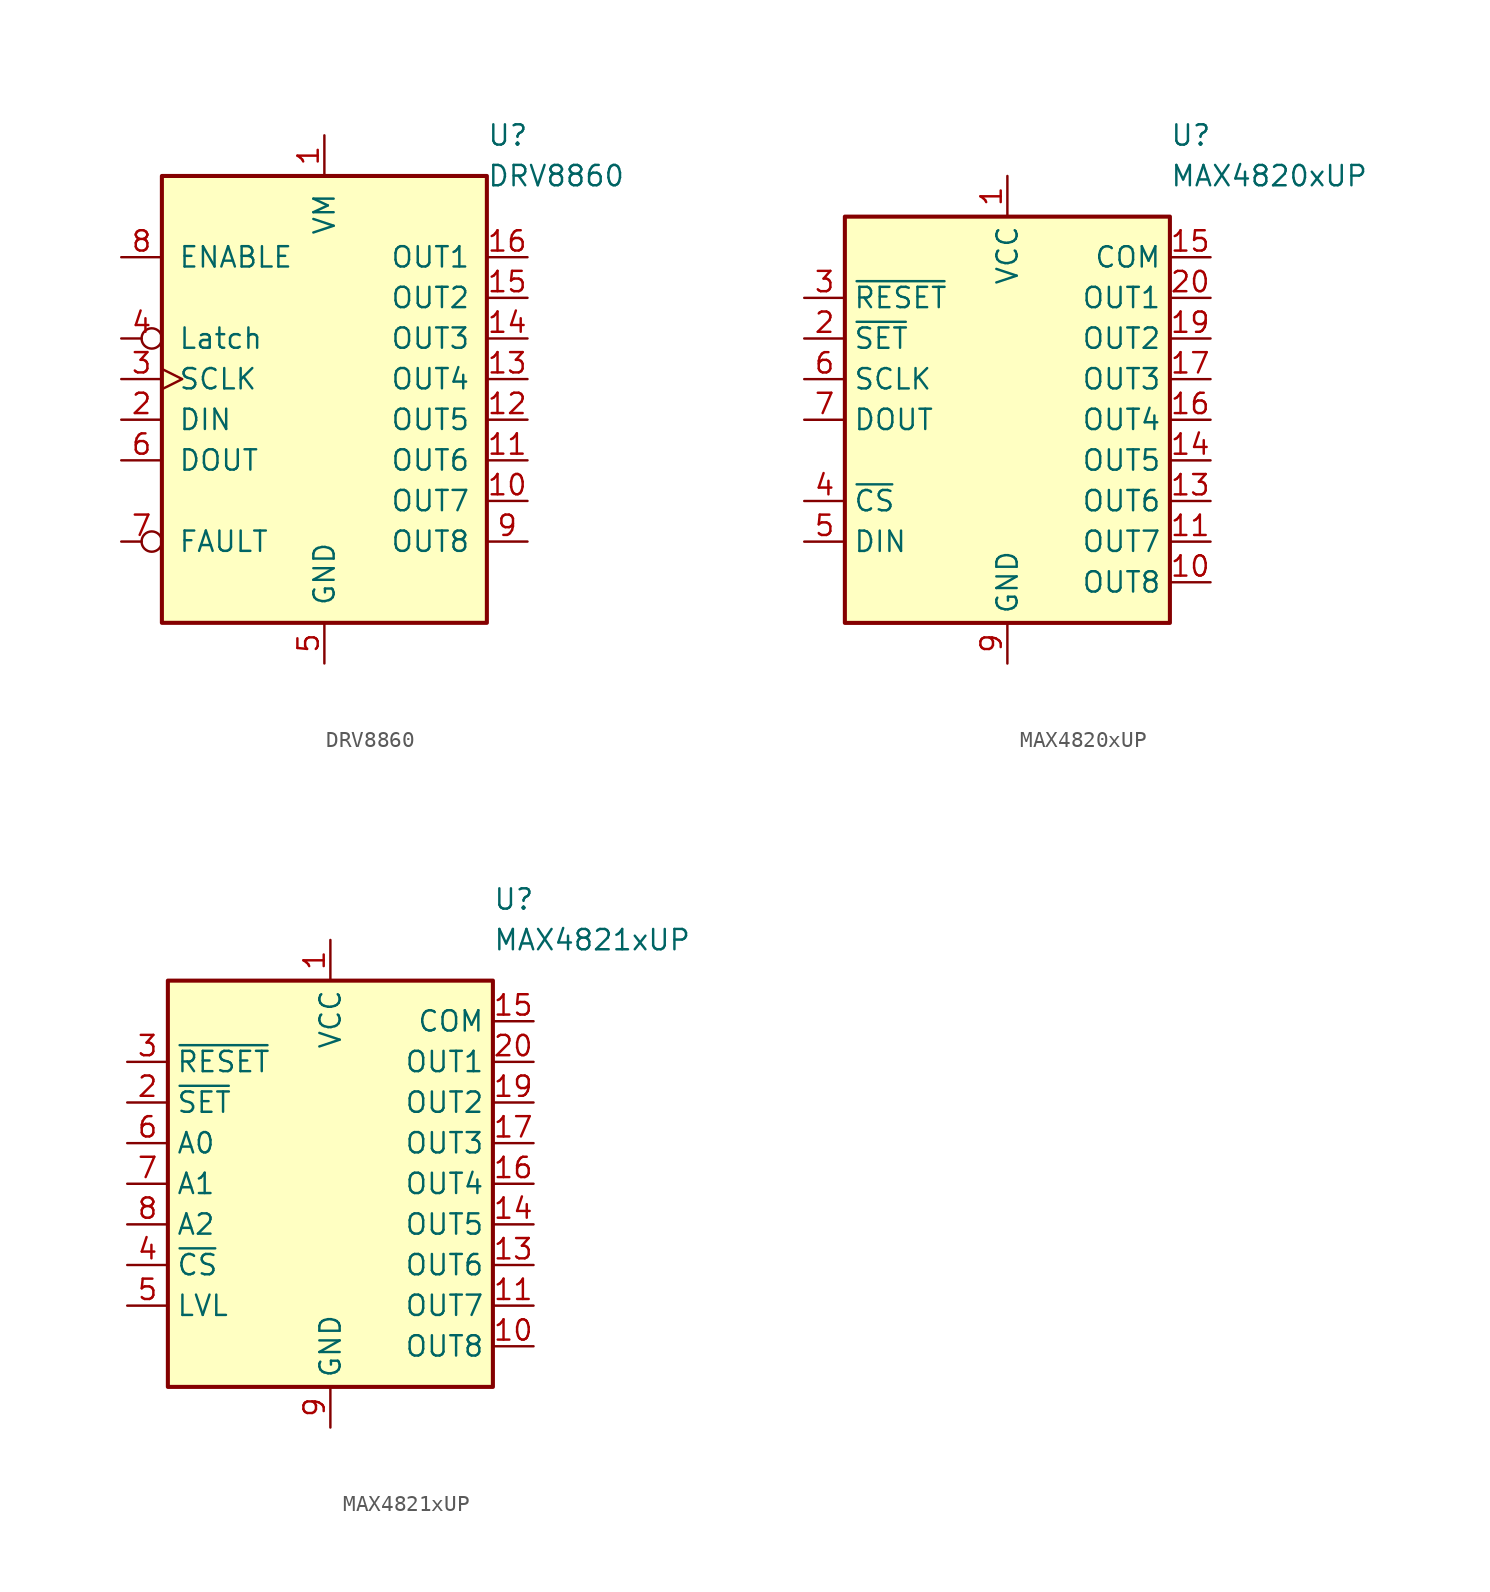
<source format=kicad_sym>
(kicad_symbol_lib
  (version 20220914)
  (generator kicad_symbol_editor)
  (symbol "DRV8860"
    (pin_names
      (offset 1.016))
    (property "Reference" "U"
      (at 10.16 17.78 0)
      (effects (font (size 1.27 1.27)) (justify left)))
    (property "Value" "DRV8860"
      (at 10.16 15.24 0)
      (effects (font (size 1.27 1.27)) (justify left)))
    (symbol "DRV8860_0_1"
      (rectangle (start -10.16 15.24) (end 10.16 -12.7) (stroke (width 0.254) (type default)) (fill (type background))))
    (symbol "DRV8860_1_1"
      (pin power_in line (at 0 17.78 270) (length 2.54) (name "VM" (effects (font (size 1.27 1.27)))) (number "1" (effects (font (size 1.27 1.27)))))
      (pin output line (at 12.7 -5.08 180) (length 2.54) (name "OUT7" (effects (font (size 1.27 1.27)))) (number "10" (effects (font (size 1.27 1.27)))))
      (pin output line (at 12.7 -2.54 180) (length 2.54) (name "OUT6" (effects (font (size 1.27 1.27)))) (number "11" (effects (font (size 1.27 1.27)))))
      (pin output line (at 12.7 0 180) (length 2.54) (name "OUT5" (effects (font (size 1.27 1.27)))) (number "12" (effects (font (size 1.27 1.27)))))
      (pin output line (at 12.7 2.54 180) (length 2.54) (name "OUT4" (effects (font (size 1.27 1.27)))) (number "13" (effects (font (size 1.27 1.27)))))
      (pin output line (at 12.7 5.08 180) (length 2.54) (name "OUT3" (effects (font (size 1.27 1.27)))) (number "14" (effects (font (size 1.27 1.27)))))
      (pin output line (at 12.7 7.62 180) (length 2.54) (name "OUT2" (effects (font (size 1.27 1.27)))) (number "15" (effects (font (size 1.27 1.27)))))
      (pin output line (at 12.7 10.16 180) (length 2.54) (name "OUT1" (effects (font (size 1.27 1.27)))) (number "16" (effects (font (size 1.27 1.27)))))
      (pin input line (at -12.7 0 0) (length 2.54) (name "DIN" (effects (font (size 1.27 1.27)))) (number "2" (effects (font (size 1.27 1.27)))))
      (pin input clock (at -12.7 2.54 0) (length 2.54) (name "SCLK" (effects (font (size 1.27 1.27)))) (number "3" (effects (font (size 1.27 1.27)))))
      (pin input inverted (at -12.7 5.08 0) (length 2.54) (name "Latch" (effects (font (size 1.27 1.27)))) (number "4" (effects (font (size 1.27 1.27)))))
      (pin power_in line (at 0 -15.24 90) (length 2.54) (name "GND" (effects (font (size 1.27 1.27)))) (number "5" (effects (font (size 1.27 1.27)))))
      (pin output line (at -12.7 -2.54 0) (length 2.54) (name "DOUT" (effects (font (size 1.27 1.27)))) (number "6" (effects (font (size 1.27 1.27)))))
      (pin open_collector inverted (at -12.7 -7.62 0) (length 2.54) (name "FAULT" (effects (font (size 1.27 1.27)))) (number "7" (effects (font (size 1.27 1.27)))))
      (pin input line (at -12.7 10.16 0) (length 2.54) (name "ENABLE" (effects (font (size 1.27 1.27)))) (number "8" (effects (font (size 1.27 1.27)))))
      (pin output line (at 12.7 -7.62 180) (length 2.54) (name "OUT8" (effects (font (size 1.27 1.27)))) (number "9" (effects (font (size 1.27 1.27)))))))
  (symbol "MAX4820xUP"
    (property "Reference" "U"
      (at 10.16 17.78 0)
      (effects (font (size 1.27 1.27)) (justify left)))
    (property "Value" "MAX4820xUP"
      (at 10.16 15.24 0)
      (effects (font (size 1.27 1.27)) (justify left)))
    (symbol "MAX4820xUP_0_0"
      (pin open_collector line (at 12.7 2.54 180) (length 2.54) (name "OUT3" (effects (font (size 1.27 1.27)))) (number "17" (effects (font (size 1.27 1.27)))))
      (pin passive line (at 0 -15.24 90) (length 2.54) hide (name "GND" (effects (font (size 1.27 1.27)))) (number "18" (effects (font (size 1.27 1.27)))))
      (pin open_collector line (at 12.7 5.08 180) (length 2.54) (name "OUT2" (effects (font (size 1.27 1.27)))) (number "19" (effects (font (size 1.27 1.27)))))
      (pin open_collector line (at 12.7 7.62 180) (length 2.54) (name "OUT1" (effects (font (size 1.27 1.27)))) (number "20" (effects (font (size 1.27 1.27)))))
      (pin passive line (at 0 -15.24 90) (length 2.54) hide (name "GND" (effects (font (size 1.27 1.27)))) (number "21" (effects (font (size 1.27 1.27)))))
      (pin power_in line (at 0 -15.24 90) (length 2.54) (name "GND" (effects (font (size 1.27 1.27)))) (number "9" (effects (font (size 1.27 1.27))))))
    (symbol "MAX4820xUP_0_1"
      (rectangle (start -10.16 12.7) (end 10.16 -12.7) (stroke (width 0.254) (type default)) (fill (type background))))
    (symbol "MAX4820xUP_1_1"
      (pin power_in line (at 0 15.24 270) (length 2.54) (name "VCC" (effects (font (size 1.27 1.27)))) (number "1" (effects (font (size 1.27 1.27)))))
      (pin open_collector line (at 12.7 -10.16 180) (length 2.54) (name "OUT8" (effects (font (size 1.27 1.27)))) (number "10" (effects (font (size 1.27 1.27)))))
      (pin open_collector line (at 12.7 -7.62 180) (length 2.54) (name "OUT7" (effects (font (size 1.27 1.27)))) (number "11" (effects (font (size 1.27 1.27)))))
      (pin passive line (at 0 -15.24 90) (length 2.54) hide (name "GND" (effects (font (size 1.27 1.27)))) (number "12" (effects (font (size 1.27 1.27)))))
      (pin open_collector line (at 12.7 -5.08 180) (length 2.54) (name "OUT6" (effects (font (size 1.27 1.27)))) (number "13" (effects (font (size 1.27 1.27)))))
      (pin open_collector line (at 12.7 -2.54 180) (length 2.54) (name "OUT5" (effects (font (size 1.27 1.27)))) (number "14" (effects (font (size 1.27 1.27)))))
      (pin passive line (at 12.7 10.16 180) (length 2.54) (name "COM" (effects (font (size 1.27 1.27)))) (number "15" (effects (font (size 1.27 1.27)))))
      (pin open_collector line (at 12.7 0 180) (length 2.54) (name "OUT4" (effects (font (size 1.27 1.27)))) (number "16" (effects (font (size 1.27 1.27)))))
      (pin input line (at -12.7 5.08 0) (length 2.54) (name "~{SET}" (effects (font (size 1.27 1.27)))) (number "2" (effects (font (size 1.27 1.27)))))
      (pin input line (at -12.7 7.62 0) (length 2.54) (name "~{RESET}" (effects (font (size 1.27 1.27)))) (number "3" (effects (font (size 1.27 1.27)))))
      (pin input line (at -12.7 -5.08 0) (length 2.54) (name "~{CS}" (effects (font (size 1.27 1.27)))) (number "4" (effects (font (size 1.27 1.27)))))
      (pin input line (at -12.7 -7.62 0) (length 2.54) (name "DIN" (effects (font (size 1.27 1.27)))) (number "5" (effects (font (size 1.27 1.27)))))
      (pin input line (at -12.7 2.54 0) (length 2.54) (name "SCLK" (effects (font (size 1.27 1.27)))) (number "6" (effects (font (size 1.27 1.27)))))
      (pin output line (at -12.7 0 0) (length 2.54) (name "DOUT" (effects (font (size 1.27 1.27)))) (number "7" (effects (font (size 1.27 1.27)))))
      (pin no_connect line (at -10.16 -2.54 0) (length 2.54) hide (name "NC" (effects (font (size 1.27 1.27)))) (number "8" (effects (font (size 1.27 1.27)))))))
  (symbol "MAX4821xUP"
    (property "Reference" "U"
      (at 10.16 17.78 0)
      (effects (font (size 1.27 1.27)) (justify left)))
    (property "Value" "MAX4821xUP"
      (at 10.16 15.24 0)
      (effects (font (size 1.27 1.27)) (justify left)))
    (symbol "MAX4821xUP_0_0"
      (pin open_collector line (at 12.7 2.54 180) (length 2.54) (name "OUT3" (effects (font (size 1.27 1.27)))) (number "17" (effects (font (size 1.27 1.27)))))
      (pin passive line (at 0 -15.24 90) (length 2.54) hide (name "GND" (effects (font (size 1.27 1.27)))) (number "18" (effects (font (size 1.27 1.27)))))
      (pin open_collector line (at 12.7 5.08 180) (length 2.54) (name "OUT2" (effects (font (size 1.27 1.27)))) (number "19" (effects (font (size 1.27 1.27)))))
      (pin open_collector line (at 12.7 7.62 180) (length 2.54) (name "OUT1" (effects (font (size 1.27 1.27)))) (number "20" (effects (font (size 1.27 1.27)))))
      (pin passive line (at 0 -15.24 90) (length 2.54) hide (name "GND" (effects (font (size 1.27 1.27)))) (number "21" (effects (font (size 1.27 1.27)))))
      (pin power_in line (at 0 -15.24 90) (length 2.54) (name "GND" (effects (font (size 1.27 1.27)))) (number "9" (effects (font (size 1.27 1.27))))))
    (symbol "MAX4821xUP_0_1"
      (rectangle (start -10.16 12.7) (end 10.16 -12.7) (stroke (width 0.254) (type default)) (fill (type background))))
    (symbol "MAX4821xUP_1_1"
      (pin power_in line (at 0 15.24 270) (length 2.54) (name "VCC" (effects (font (size 1.27 1.27)))) (number "1" (effects (font (size 1.27 1.27)))))
      (pin open_collector line (at 12.7 -10.16 180) (length 2.54) (name "OUT8" (effects (font (size 1.27 1.27)))) (number "10" (effects (font (size 1.27 1.27)))))
      (pin open_collector line (at 12.7 -7.62 180) (length 2.54) (name "OUT7" (effects (font (size 1.27 1.27)))) (number "11" (effects (font (size 1.27 1.27)))))
      (pin passive line (at 0 -15.24 90) (length 2.54) hide (name "GND" (effects (font (size 1.27 1.27)))) (number "12" (effects (font (size 1.27 1.27)))))
      (pin open_collector line (at 12.7 -5.08 180) (length 2.54) (name "OUT6" (effects (font (size 1.27 1.27)))) (number "13" (effects (font (size 1.27 1.27)))))
      (pin open_collector line (at 12.7 -2.54 180) (length 2.54) (name "OUT5" (effects (font (size 1.27 1.27)))) (number "14" (effects (font (size 1.27 1.27)))))
      (pin passive line (at 12.7 10.16 180) (length 2.54) (name "COM" (effects (font (size 1.27 1.27)))) (number "15" (effects (font (size 1.27 1.27)))))
      (pin open_collector line (at 12.7 0 180) (length 2.54) (name "OUT4" (effects (font (size 1.27 1.27)))) (number "16" (effects (font (size 1.27 1.27)))))
      (pin input line (at -12.7 5.08 0) (length 2.54) (name "~{SET}" (effects (font (size 1.27 1.27)))) (number "2" (effects (font (size 1.27 1.27)))))
      (pin input line (at -12.7 7.62 0) (length 2.54) (name "~{RESET}" (effects (font (size 1.27 1.27)))) (number "3" (effects (font (size 1.27 1.27)))))
      (pin input line (at -12.7 -5.08 0) (length 2.54) (name "~{CS}" (effects (font (size 1.27 1.27)))) (number "4" (effects (font (size 1.27 1.27)))))
      (pin input line (at -12.7 -7.62 0) (length 2.54) (name "LVL" (effects (font (size 1.27 1.27)))) (number "5" (effects (font (size 1.27 1.27)))))
      (pin input line (at -12.7 2.54 0) (length 2.54) (name "A0" (effects (font (size 1.27 1.27)))) (number "6" (effects (font (size 1.27 1.27)))))
      (pin input line (at -12.7 0 0) (length 2.54) (name "A1" (effects (font (size 1.27 1.27)))) (number "7" (effects (font (size 1.27 1.27)))))
      (pin input line (at -12.7 -2.54 0) (length 2.54) (name "A2" (effects (font (size 1.27 1.27)))) (number "8" (effects (font (size 1.27 1.27))))))))
</source>
